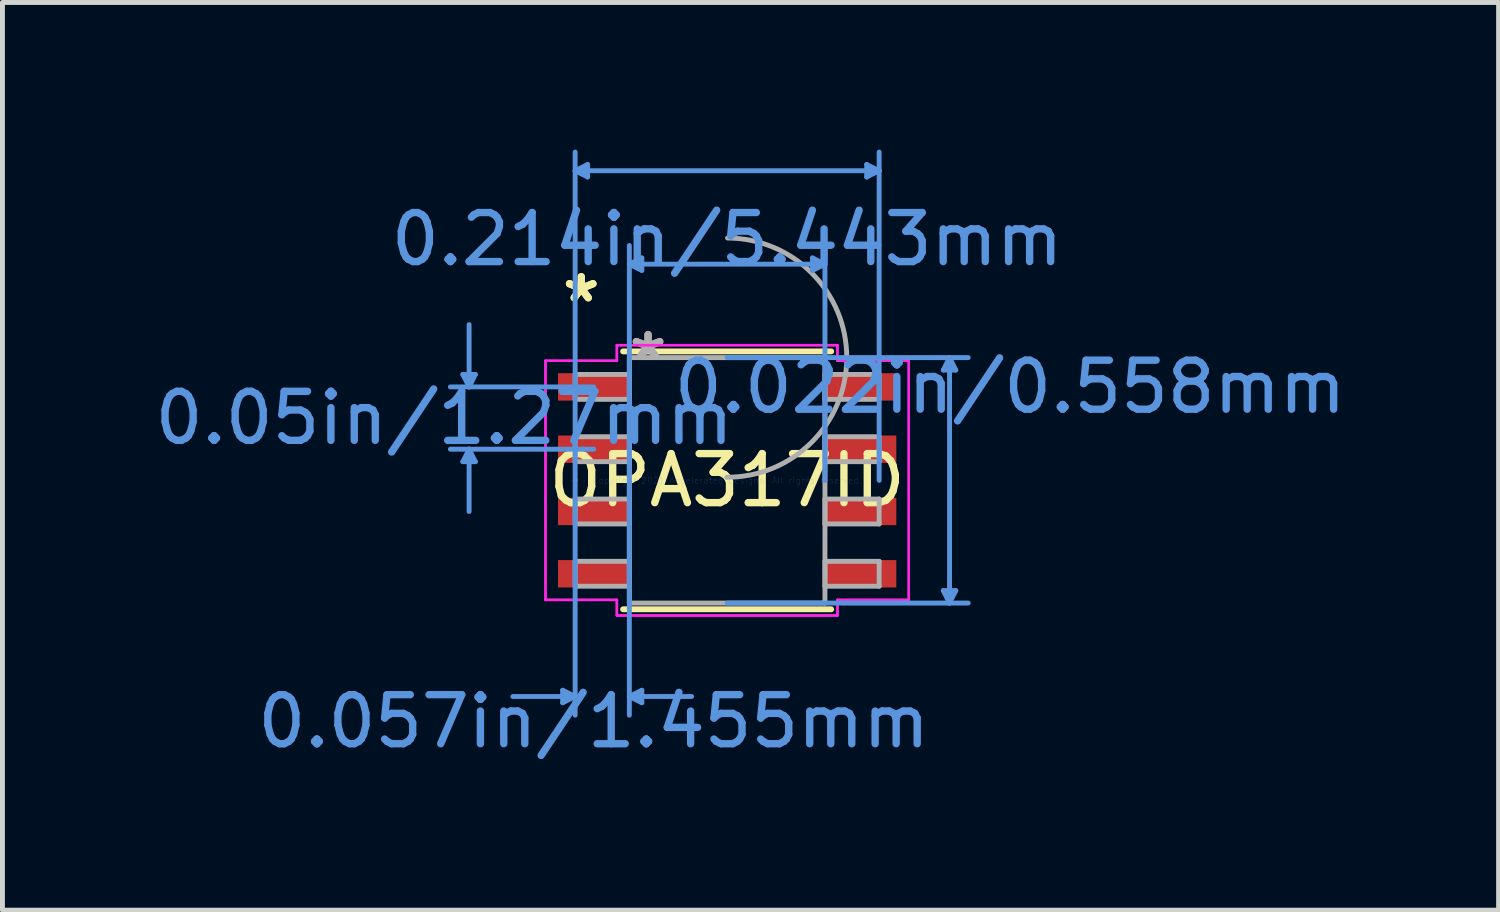
<source format=kicad_pcb>
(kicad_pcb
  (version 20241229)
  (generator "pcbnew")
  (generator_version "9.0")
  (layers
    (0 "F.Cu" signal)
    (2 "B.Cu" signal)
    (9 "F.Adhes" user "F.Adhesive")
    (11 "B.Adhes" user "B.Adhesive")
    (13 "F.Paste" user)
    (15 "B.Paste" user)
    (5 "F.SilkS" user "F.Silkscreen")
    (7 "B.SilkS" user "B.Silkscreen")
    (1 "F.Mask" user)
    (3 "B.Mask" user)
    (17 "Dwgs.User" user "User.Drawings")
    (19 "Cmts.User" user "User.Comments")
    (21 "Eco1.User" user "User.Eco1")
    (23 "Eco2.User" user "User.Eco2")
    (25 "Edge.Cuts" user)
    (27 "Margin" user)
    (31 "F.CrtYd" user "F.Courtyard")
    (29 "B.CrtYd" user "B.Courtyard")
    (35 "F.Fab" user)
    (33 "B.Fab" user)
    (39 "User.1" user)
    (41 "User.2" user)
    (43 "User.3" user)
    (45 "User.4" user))
  (footprint "OPA317ID"
    (layer "F.Cu")
    (at 11.775 6.743)
    (property "Reference" "OPA317ID" (at 0 0 0) (layer "F.SilkS") (effects (font (size 1 1) (thickness 0.15))))
    (attr through_hole)
    (fp_line (start -2.121 2.629) (end 2.121 2.629) (stroke (width 0.12) (type solid)) (layer "F.SilkS"))
    (fp_line (start 2.121 -2.629) (end -2.121 -2.629) (stroke (width 0.12) (type solid)) (layer "F.SilkS"))
    (fp_line (start -5.388 -2.159) (end -5.134 -2.159) (stroke (width 0.1) (type solid)) (layer "Cmts.User"))
    (fp_line (start -5.388 -0.381) (end -5.134 -0.381) (stroke (width 0.1) (type solid)) (layer "Cmts.User"))
    (fp_line (start -5.261 -1.905) (end -5.388 -2.159) (stroke (width 0.1) (type solid)) (layer "Cmts.User"))
    (fp_line (start -5.261 -1.905) (end -5.261 -3.175) (stroke (width 0.1) (type solid)) (layer "Cmts.User"))
    (fp_line (start -5.261 -1.905) (end -5.134 -2.159) (stroke (width 0.1) (type solid)) (layer "Cmts.User"))
    (fp_line (start -5.261 -0.635) (end -5.388 -0.381) (stroke (width 0.1) (type solid)) (layer "Cmts.User"))
    (fp_line (start -5.261 -0.635) (end -5.261 0.635) (stroke (width 0.1) (type solid)) (layer "Cmts.User"))
    (fp_line (start -5.261 -0.635) (end -5.134 -0.381) (stroke (width 0.1) (type solid)) (layer "Cmts.User"))
    (fp_line (start -3.353 4.28) (end -3.353 4.534) (stroke (width 0.1) (type solid)) (layer "Cmts.User"))
    (fp_line (start -3.099 -6.312) (end -2.845 -6.439) (stroke (width 0.1) (type solid)) (layer "Cmts.User"))
    (fp_line (start -3.099 -6.312) (end -2.845 -6.185) (stroke (width 0.1) (type solid)) (layer "Cmts.User"))
    (fp_line (start -3.099 -6.312) (end 3.099 -6.312) (stroke (width 0.1) (type solid)) (layer "Cmts.User"))
    (fp_line (start -3.099 0) (end -3.099 -6.693) (stroke (width 0.1) (type solid)) (layer "Cmts.User"))
    (fp_line (start -3.099 0) (end -3.099 4.788) (stroke (width 0.1) (type solid)) (layer "Cmts.User"))
    (fp_line (start -3.099 4.407) (end -4.369 4.407) (stroke (width 0.1) (type solid)) (layer "Cmts.User"))
    (fp_line (start -3.099 4.407) (end -3.353 4.28) (stroke (width 0.1) (type solid)) (layer "Cmts.User"))
    (fp_line (start -3.099 4.407) (end -3.353 4.534) (stroke (width 0.1) (type solid)) (layer "Cmts.User"))
    (fp_line (start -2.845 -6.439) (end -2.845 -6.185) (stroke (width 0.1) (type solid)) (layer "Cmts.User"))
    (fp_line (start -2.721 -1.905) (end -5.642 -1.905) (stroke (width 0.1) (type solid)) (layer "Cmts.User"))
    (fp_line (start -2.721 -0.635) (end -5.642 -0.635) (stroke (width 0.1) (type solid)) (layer "Cmts.User"))
    (fp_line (start -1.994 -4.407) (end -1.74 -4.534) (stroke (width 0.1) (type solid)) (layer "Cmts.User"))
    (fp_line (start -1.994 -4.407) (end -1.74 -4.28) (stroke (width 0.1) (type solid)) (layer "Cmts.User"))
    (fp_line (start -1.994 -4.407) (end 1.994 -4.407) (stroke (width 0.1) (type solid)) (layer "Cmts.User"))
    (fp_line (start -1.994 0) (end -1.994 -4.788) (stroke (width 0.1) (type solid)) (layer "Cmts.User"))
    (fp_line (start -1.994 0) (end -1.994 4.788) (stroke (width 0.1) (type solid)) (layer "Cmts.User"))
    (fp_line (start -1.994 4.407) (end -1.74 4.28) (stroke (width 0.1) (type solid)) (layer "Cmts.User"))
    (fp_line (start -1.994 4.407) (end -1.74 4.534) (stroke (width 0.1) (type solid)) (layer "Cmts.User"))
    (fp_line (start -1.994 4.407) (end -0.724 4.407) (stroke (width 0.1) (type solid)) (layer "Cmts.User"))
    (fp_line (start -1.74 -4.534) (end -1.74 -4.28) (stroke (width 0.1) (type solid)) (layer "Cmts.User"))
    (fp_line (start -1.74 4.28) (end -1.74 4.534) (stroke (width 0.1) (type solid)) (layer "Cmts.User"))
    (fp_line (start 0 -2.502) (end 4.915 -2.502) (stroke (width 0.1) (type solid)) (layer "Cmts.User"))
    (fp_line (start 0 2.502) (end 4.915 2.502) (stroke (width 0.1) (type solid)) (layer "Cmts.User"))
    (fp_line (start 1.74 -4.534) (end 1.74 -4.28) (stroke (width 0.1) (type solid)) (layer "Cmts.User"))
    (fp_line (start 1.994 -4.407) (end 1.74 -4.534) (stroke (width 0.1) (type solid)) (layer "Cmts.User"))
    (fp_line (start 1.994 -4.407) (end 1.74 -4.28) (stroke (width 0.1) (type solid)) (layer "Cmts.User"))
    (fp_line (start 1.994 0) (end 1.994 -4.788) (stroke (width 0.1) (type solid)) (layer "Cmts.User"))
    (fp_line (start 2.845 -6.439) (end 2.845 -6.185) (stroke (width 0.1) (type solid)) (layer "Cmts.User"))
    (fp_line (start 3.099 -6.312) (end 2.845 -6.439) (stroke (width 0.1) (type solid)) (layer "Cmts.User"))
    (fp_line (start 3.099 -6.312) (end 2.845 -6.185) (stroke (width 0.1) (type solid)) (layer "Cmts.User"))
    (fp_line (start 3.099 0) (end 3.099 -6.693) (stroke (width 0.1) (type solid)) (layer "Cmts.User"))
    (fp_line (start 4.407 -2.248) (end 4.661 -2.248) (stroke (width 0.1) (type solid)) (layer "Cmts.User"))
    (fp_line (start 4.407 2.248) (end 4.661 2.248) (stroke (width 0.1) (type solid)) (layer "Cmts.User"))
    (fp_line (start 4.534 -2.502) (end 4.407 -2.248) (stroke (width 0.1) (type solid)) (layer "Cmts.User"))
    (fp_line (start 4.534 -2.502) (end 4.534 2.502) (stroke (width 0.1) (type solid)) (layer "Cmts.User"))
    (fp_line (start 4.534 -2.502) (end 4.661 -2.248) (stroke (width 0.1) (type solid)) (layer "Cmts.User"))
    (fp_line (start 4.534 2.502) (end 4.407 2.248) (stroke (width 0.1) (type solid)) (layer "Cmts.User"))
    (fp_line (start 4.534 2.502) (end 4.661 2.248) (stroke (width 0.1) (type solid)) (layer "Cmts.User"))
    (fp_line (start -3.703 -2.438) (end -2.248 -2.438) (stroke (width 0.05) (type solid)) (layer "F.CrtYd"))
    (fp_line (start -3.703 -2.438) (end -2.248 -2.438) (stroke (width 0.05) (type solid)) (layer "F.CrtYd"))
    (fp_line (start -3.703 2.438) (end -3.703 -2.438) (stroke (width 0.05) (type solid)) (layer "F.CrtYd"))
    (fp_line (start -3.703 2.438) (end -3.703 -2.438) (stroke (width 0.05) (type solid)) (layer "F.CrtYd"))
    (fp_line (start -3.703 2.438) (end -2.248 2.438) (stroke (width 0.05) (type solid)) (layer "F.CrtYd"))
    (fp_line (start -2.248 -2.756) (end 2.248 -2.756) (stroke (width 0.05) (type solid)) (layer "F.CrtYd"))
    (fp_line (start -2.248 -2.756) (end 2.248 -2.756) (stroke (width 0.05) (type solid)) (layer "F.CrtYd"))
    (fp_line (start -2.248 -2.438) (end -2.248 -2.756) (stroke (width 0.05) (type solid)) (layer "F.CrtYd"))
    (fp_line (start -2.248 -2.438) (end -2.248 -2.756) (stroke (width 0.05) (type solid)) (layer "F.CrtYd"))
    (fp_line (start -2.248 2.438) (end -3.703 2.438) (stroke (width 0.05) (type solid)) (layer "F.CrtYd"))
    (fp_line (start -2.248 2.756) (end -2.248 2.438) (stroke (width 0.05) (type solid)) (layer "F.CrtYd"))
    (fp_line (start -2.248 2.756) (end -2.248 2.438) (stroke (width 0.05) (type solid)) (layer "F.CrtYd"))
    (fp_line (start 2.248 -2.756) (end 2.248 -2.438) (stroke (width 0.05) (type solid)) (layer "F.CrtYd"))
    (fp_line (start 2.248 -2.756) (end 2.248 -2.438) (stroke (width 0.05) (type solid)) (layer "F.CrtYd"))
    (fp_line (start 2.248 -2.438) (end 3.703 -2.438) (stroke (width 0.05) (type solid)) (layer "F.CrtYd"))
    (fp_line (start 2.248 2.438) (end 2.248 2.756) (stroke (width 0.05) (type solid)) (layer "F.CrtYd"))
    (fp_line (start 2.248 2.438) (end 2.248 2.756) (stroke (width 0.05) (type solid)) (layer "F.CrtYd"))
    (fp_line (start 2.248 2.756) (end -2.248 2.756) (stroke (width 0.05) (type solid)) (layer "F.CrtYd"))
    (fp_line (start 2.248 2.756) (end -2.248 2.756) (stroke (width 0.05) (type solid)) (layer "F.CrtYd"))
    (fp_line (start 3.703 -2.438) (end 2.248 -2.438) (stroke (width 0.05) (type solid)) (layer "F.CrtYd"))
    (fp_line (start 3.703 -2.438) (end 3.703 2.438) (stroke (width 0.05) (type solid)) (layer "F.CrtYd"))
    (fp_line (start 3.703 -2.438) (end 3.703 2.438) (stroke (width 0.05) (type solid)) (layer "F.CrtYd"))
    (fp_line (start 3.703 2.438) (end 2.248 2.438) (stroke (width 0.05) (type solid)) (layer "F.CrtYd"))
    (fp_line (start 3.703 2.438) (end 2.248 2.438) (stroke (width 0.05) (type solid)) (layer "F.CrtYd"))
    (fp_line (start -3.099 -2.159) (end -3.099 -1.651) (stroke (width 0.1) (type solid)) (layer "F.Fab"))
    (fp_line (start -3.099 -1.651) (end -1.994 -1.651) (stroke (width 0.1) (type solid)) (layer "F.Fab"))
    (fp_line (start -3.099 -0.889) (end -3.099 -0.381) (stroke (width 0.1) (type solid)) (layer "F.Fab"))
    (fp_line (start -3.099 -0.381) (end -1.994 -0.381) (stroke (width 0.1) (type solid)) (layer "F.Fab"))
    (fp_line (start -3.099 0.381) (end -3.099 0.889) (stroke (width 0.1) (type solid)) (layer "F.Fab"))
    (fp_line (start -3.099 0.889) (end -1.994 0.889) (stroke (width 0.1) (type solid)) (layer "F.Fab"))
    (fp_line (start -3.099 1.651) (end -3.099 2.159) (stroke (width 0.1) (type solid)) (layer "F.Fab"))
    (fp_line (start -3.099 2.159) (end -1.994 2.159) (stroke (width 0.1) (type solid)) (layer "F.Fab"))
    (fp_line (start -1.994 -2.502) (end -1.994 2.502) (stroke (width 0.1) (type solid)) (layer "F.Fab"))
    (fp_line (start -1.994 -2.159) (end -3.099 -2.159) (stroke (width 0.1) (type solid)) (layer "F.Fab"))
    (fp_line (start -1.994 -1.651) (end -1.994 -2.159) (stroke (width 0.1) (type solid)) (layer "F.Fab"))
    (fp_line (start -1.994 -0.889) (end -3.099 -0.889) (stroke (width 0.1) (type solid)) (layer "F.Fab"))
    (fp_line (start -1.994 -0.381) (end -1.994 -0.889) (stroke (width 0.1) (type solid)) (layer "F.Fab"))
    (fp_line (start -1.994 0.381) (end -3.099 0.381) (stroke (width 0.1) (type solid)) (layer "F.Fab"))
    (fp_line (start -1.994 0.889) (end -1.994 0.381) (stroke (width 0.1) (type solid)) (layer "F.Fab"))
    (fp_line (start -1.994 1.651) (end -3.099 1.651) (stroke (width 0.1) (type solid)) (layer "F.Fab"))
    (fp_line (start -1.994 2.159) (end -1.994 1.651) (stroke (width 0.1) (type solid)) (layer "F.Fab"))
    (fp_line (start -1.994 2.502) (end 1.994 2.502) (stroke (width 0.1) (type solid)) (layer "F.Fab"))
    (fp_line (start 1.994 -2.502) (end -1.994 -2.502) (stroke (width 0.1) (type solid)) (layer "F.Fab"))
    (fp_line (start 1.994 -2.159) (end 1.994 -1.651) (stroke (width 0.1) (type solid)) (layer "F.Fab"))
    (fp_line (start 1.994 -1.651) (end 3.099 -1.651) (stroke (width 0.1) (type solid)) (layer "F.Fab"))
    (fp_line (start 1.994 -0.889) (end 1.994 -0.381) (stroke (width 0.1) (type solid)) (layer "F.Fab"))
    (fp_line (start 1.994 -0.381) (end 3.099 -0.381) (stroke (width 0.1) (type solid)) (layer "F.Fab"))
    (fp_line (start 1.994 0.381) (end 1.994 0.889) (stroke (width 0.1) (type solid)) (layer "F.Fab"))
    (fp_line (start 1.994 0.889) (end 3.099 0.889) (stroke (width 0.1) (type solid)) (layer "F.Fab"))
    (fp_line (start 1.994 1.651) (end 1.994 2.159) (stroke (width 0.1) (type solid)) (layer "F.Fab"))
    (fp_line (start 1.994 2.159) (end 3.099 2.159) (stroke (width 0.1) (type solid)) (layer "F.Fab"))
    (fp_line (start 1.994 2.502) (end 1.994 -2.502) (stroke (width 0.1) (type solid)) (layer "F.Fab"))
    (fp_line (start 3.099 -2.159) (end 1.994 -2.159) (stroke (width 0.1) (type solid)) (layer "F.Fab"))
    (fp_line (start 3.099 -1.651) (end 3.099 -2.159) (stroke (width 0.1) (type solid)) (layer "F.Fab"))
    (fp_line (start 3.099 -0.889) (end 1.994 -0.889) (stroke (width 0.1) (type solid)) (layer "F.Fab"))
    (fp_line (start 3.099 -0.381) (end 3.099 -0.889) (stroke (width 0.1) (type solid)) (layer "F.Fab"))
    (fp_line (start 3.099 0.381) (end 1.994 0.381) (stroke (width 0.1) (type solid)) (layer "F.Fab"))
    (fp_line (start 3.099 0.889) (end 3.099 0.381) (stroke (width 0.1) (type solid)) (layer "F.Fab"))
    (fp_line (start 3.099 1.651) (end 1.994 1.651) (stroke (width 0.1) (type solid)) (layer "F.Fab"))
    (fp_line (start 3.099 2.159) (end 3.099 1.651) (stroke (width 0.1) (type solid)) (layer "F.Fab"))
    (fp_arc (start 0.007742 -4.940252) (mid 2.438352 -2.494158) (end -0.007742 -0.063548) (stroke (width 0.1) (type solid)) (layer "F.Fab"))
    (fp_text user "*" (at -2.975 -3.606 0) (layer "F.SilkS") (effects (font (size 1 1) (thickness 0.15))))
    (fp_text user "*" (at -2.975 -3.606 0) (layer "F.SilkS") (effects (font (size 1 1) (thickness 0.15))))
    (fp_text user "0.05in/1.27mm" (at -5.769 -1.27 0) (layer "Cmts.User") (effects (font (size 1 1) (thickness 0.15))))
    (fp_text user "0.057in/1.455mm" (at -2.721 4.915 0) (layer "Cmts.User") (effects (font (size 1 1) (thickness 0.15))))
    (fp_text user "Copyright 2021 Accelerated Designs. All rights reserved." (at 0 0 0) (layer "Cmts.User") (effects (font (size 0.127 0.127) (thickness 0.002))))
    (fp_text user "0.214in/5.443mm" (at 0 -4.915 0) (layer "Cmts.User") (effects (font (size 1 1) (thickness 0.15))))
    (fp_text user "0.022in/0.558mm" (at 5.769 -1.905 0) (layer "Cmts.User") (effects (font (size 1 1) (thickness 0.15))))
    (fp_text user "*" (at -1.613 -2.426 0) (layer "F.Fab") (effects (font (size 1 1) (thickness 0.15))))
    (fp_text user "*" (at -1.613 -2.426 0) (layer "F.Fab") (effects (font (size 1 1) (thickness 0.15))))
    (pad "1" smd rect (at -2.721 -1.905) (size 1.455 0.558) (layers "F.Cu" "F.Mask" "F.Paste"))
    (pad "2" smd rect (at -2.721 -0.635) (size 1.455 0.558) (layers "F.Cu" "F.Mask" "F.Paste"))
    (pad "3" smd rect (at -2.721 0.635) (size 1.455 0.558) (layers "F.Cu" "F.Mask" "F.Paste"))
    (pad "4" smd rect (at -2.721 1.905) (size 1.455 0.558) (layers "F.Cu" "F.Mask" "F.Paste"))
    (pad "5" smd rect (at 2.721 1.905) (size 1.455 0.558) (layers "F.Cu" "F.Mask" "F.Paste"))
    (pad "6" smd rect (at 2.721 0.635) (size 1.455 0.558) (layers "F.Cu" "F.Mask" "F.Paste"))
    (pad "7" smd rect (at 2.721 -0.635) (size 1.455 0.558) (layers "F.Cu" "F.Mask" "F.Paste"))
    (pad "8" smd rect (at 2.721 -1.905) (size 1.455 0.558) (layers "F.Cu" "F.Mask" "F.Paste")))
  (gr_rect
    (start -3 -3)
    (end 27.503 15.506)
    (stroke (width 0.1) (type default))
    (fill no)
    (layer "Edge.Cuts")))
</source>
